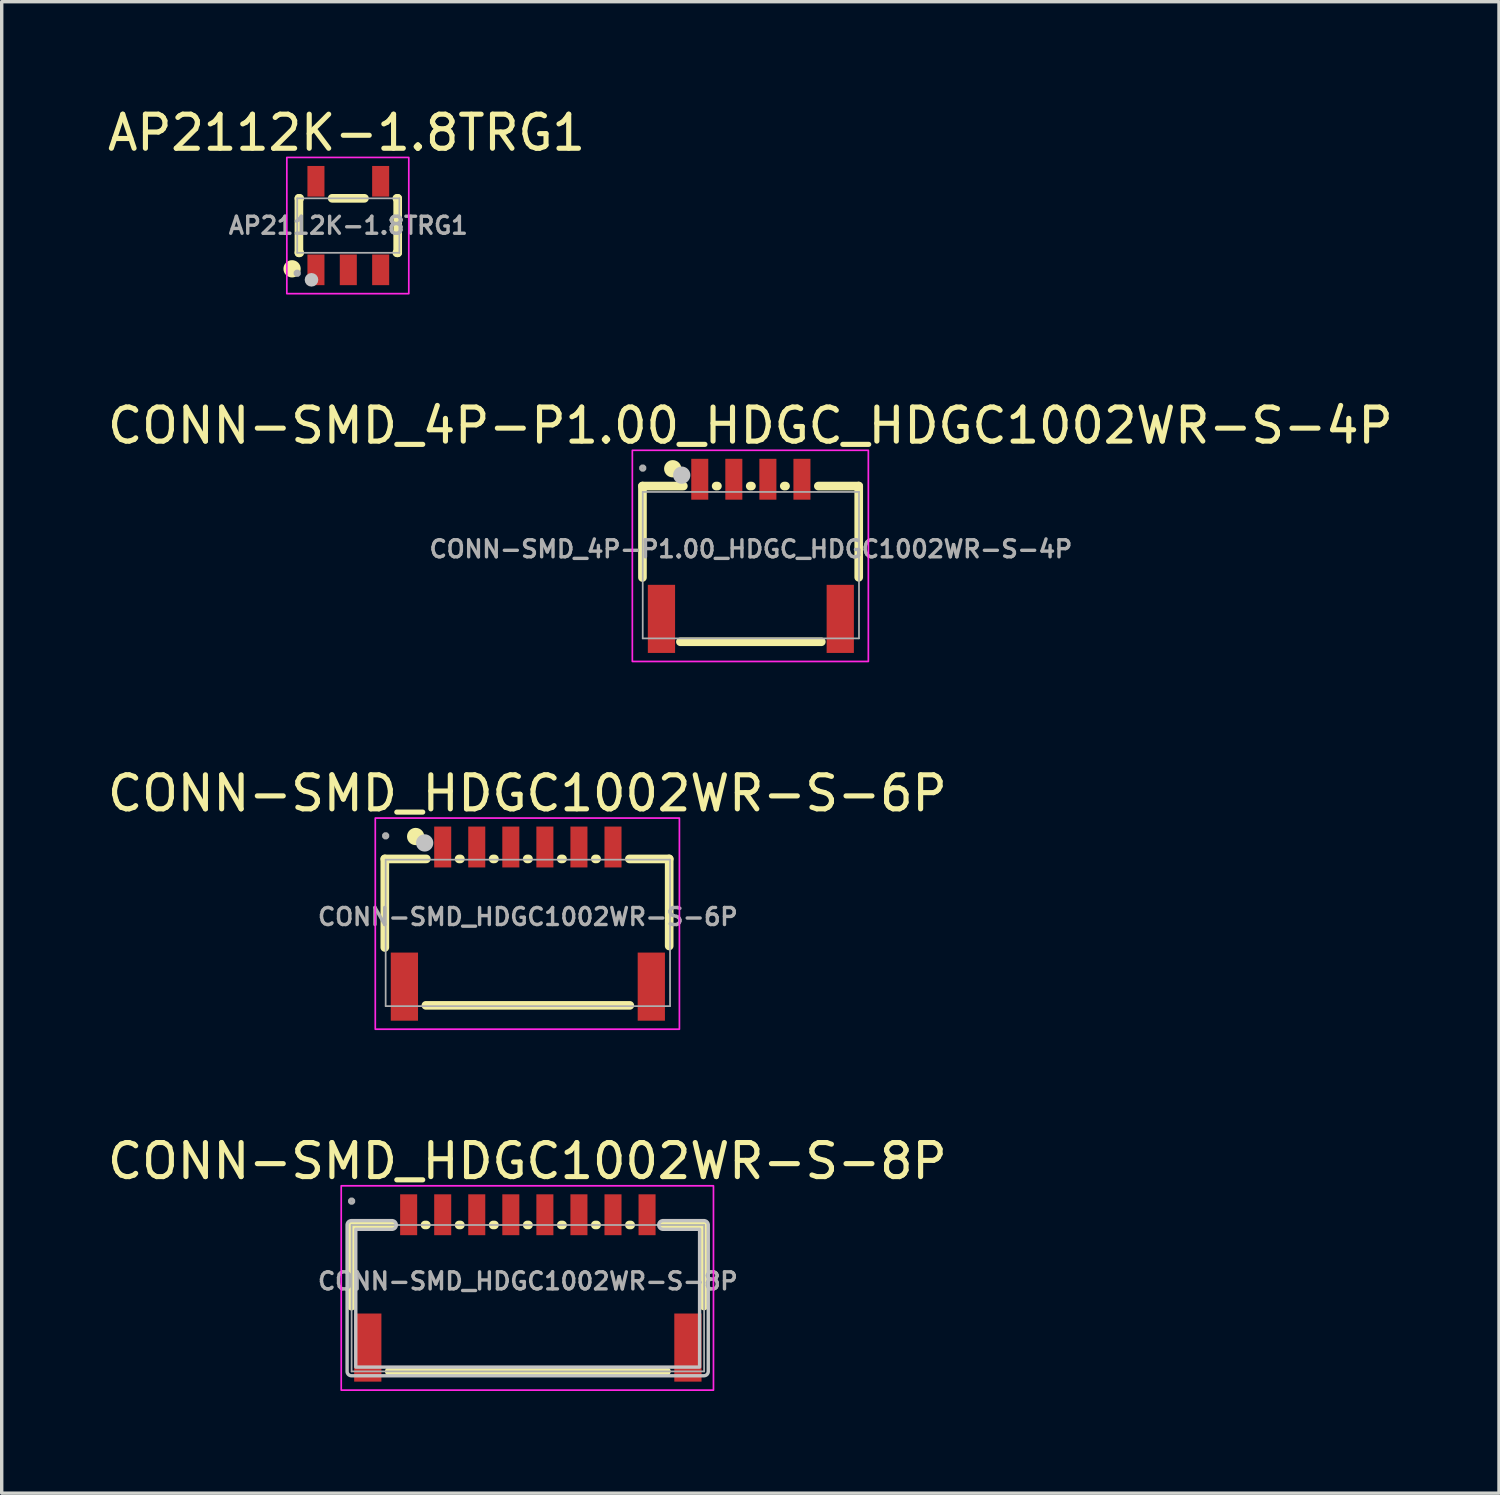
<source format=kicad_pcb>
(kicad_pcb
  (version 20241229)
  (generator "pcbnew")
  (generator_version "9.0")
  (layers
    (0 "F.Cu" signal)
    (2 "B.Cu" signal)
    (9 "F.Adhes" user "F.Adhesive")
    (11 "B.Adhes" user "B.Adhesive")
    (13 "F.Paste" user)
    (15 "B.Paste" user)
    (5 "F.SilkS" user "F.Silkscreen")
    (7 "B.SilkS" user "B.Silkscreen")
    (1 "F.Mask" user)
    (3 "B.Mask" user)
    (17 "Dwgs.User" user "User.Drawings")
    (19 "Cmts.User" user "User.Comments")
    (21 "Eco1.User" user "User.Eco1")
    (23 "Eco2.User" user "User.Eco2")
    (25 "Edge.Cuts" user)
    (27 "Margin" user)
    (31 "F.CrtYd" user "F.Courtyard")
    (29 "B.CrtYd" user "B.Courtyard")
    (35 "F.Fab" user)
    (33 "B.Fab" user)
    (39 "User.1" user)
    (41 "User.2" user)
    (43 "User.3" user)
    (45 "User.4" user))
  (footprint "CONN-SMD_4P-P1.00_HDGC_HDGC1002WR-S-4P"
    (layer "F.Cu")
    (at 18.997 13.072)
    (property "Reference" "CONN-SMD_4P-P1.00_HDGC_HDGC1002WR-S-4P" (at -0.015 -3.625 0) (layer "F.SilkS") (effects (font (size 1 1) (thickness 0.15))))
    (fp_line (start -3.183 -1.85) (end -3.183 0.835) (stroke (width 0.254) (type default)) (layer "F.SilkS"))
    (fp_line (start -2.069 2.722) (end 2.069 2.722) (stroke (width 0.254) (type default)) (layer "F.SilkS"))
    (fp_line (start -1.982 -1.85) (end -3.183 -1.85) (stroke (width 0.254) (type default)) (layer "F.SilkS"))
    (fp_line (start -0.982 -1.85) (end -1.019 -1.85) (stroke (width 0.254) (type default)) (layer "F.SilkS"))
    (fp_line (start 0.018 -1.85) (end -0.019 -1.85) (stroke (width 0.254) (type default)) (layer "F.SilkS"))
    (fp_line (start 1.018 -1.85) (end 0.981 -1.85) (stroke (width 0.254) (type default)) (layer "F.SilkS"))
    (fp_line (start 3.167 -1.85) (end 1.981 -1.85) (stroke (width 0.254) (type default)) (layer "F.SilkS"))
    (fp_line (start 3.167 -1.85) (end 3.167 0.829) (stroke (width 0.254) (type default)) (layer "F.SilkS"))
    (fp_circle (center -2.294 -2.358) (end -2.167 -2.358) (stroke (width 0.254) (type default)) (fill no) (layer "F.SilkS"))
    (fp_circle (center -2.03 -2.17) (end -1.903 -2.17) (stroke (width 0.254) (type default)) (fill no) (layer "Dwgs.User"))
    (fp_rect (start -3.48 -2.9) (end 3.45 3.3) (stroke (width 0.05) (type default)) (fill no) (layer "F.CrtYd"))
    (fp_line (start -3.175 -1.678) (end 3.175 -1.678) (stroke (width 0.051) (type default)) (layer "F.Fab"))
    (fp_line (start -3.175 2.622) (end -3.175 -1.678) (stroke (width 0.051) (type default)) (layer "F.Fab"))
    (fp_line (start 3.175 -1.678) (end 3.175 2.622) (stroke (width 0.051) (type default)) (layer "F.Fab"))
    (fp_line (start 3.175 2.622) (end -3.175 2.622) (stroke (width 0.051) (type default)) (layer "F.Fab"))
    (fp_poly (pts (xy -3.12 -2.401) (xy -3.152 -2.433) (xy -3.198 -2.433) (xy -3.23 -2.401) (xy -3.23 -2.355) (xy -3.198 -2.323) (xy -3.152 -2.323) (xy -3.12 -2.355)) (stroke (width 0.1) (type default)) (fill no) (layer "F.Fab"))
    (fp_poly (pts (xy -2.725 1.622) (xy -2.525 1.622) (xy -2.525 2.622) (xy -2.725 2.622)) (stroke (width 0.1) (type default)) (fill no) (layer "User.1"))
    (fp_poly (pts (xy -1.6 -2.378) (xy -1.4 -2.378) (xy -1.4 -1.578) (xy -1.6 -1.578)) (stroke (width 0.1) (type default)) (fill no) (layer "User.1"))
    (fp_poly (pts (xy -0.6 -2.378) (xy -0.4 -2.378) (xy -0.4 -1.578) (xy -0.6 -1.578)) (stroke (width 0.1) (type default)) (fill no) (layer "User.1"))
    (fp_poly (pts (xy 0.4 -2.378) (xy 0.6 -2.378) (xy 0.6 -1.578) (xy 0.4 -1.578)) (stroke (width 0.1) (type default)) (fill no) (layer "User.1"))
    (fp_poly (pts (xy 1.4 -2.378) (xy 1.6 -2.378) (xy 1.6 -1.578) (xy 1.4 -1.578)) (stroke (width 0.1) (type default)) (fill no) (layer "User.1"))
    (fp_poly (pts (xy 2.525 1.622) (xy 2.725 1.622) (xy 2.725 2.622) (xy 2.525 2.622)) (stroke (width 0.1) (type default)) (fill no) (layer "User.1"))
    (fp_text user "${REFERENCE}" (at 0 0 0) (layer "F.Fab") (effects (font (size 0.5 0.5) (thickness 0.1))))
    (pad "1" smd rect (at -1.5 -2.05) (size 0.5 1.2) (layers "F.Cu" "F.Mask" "F.Paste"))
    (pad "2" smd rect (at -0.5 -2.05) (size 0.5 1.2) (layers "F.Cu" "F.Mask" "F.Paste"))
    (pad "3" smd rect (at 0.5 -2.05) (size 0.5 1.2) (layers "F.Cu" "F.Mask" "F.Paste"))
    (pad "4" smd rect (at 1.5 -2.05) (size 0.5 1.2) (layers "F.Cu" "F.Mask" "F.Paste"))
    (pad "5" smd rect (at 2.625 2.05) (size 0.8 2) (layers "F.Cu" "F.Mask" "F.Paste"))
    (pad "6" smd rect (at -2.625 2.05) (size 0.8 2) (layers "F.Cu" "F.Mask" "F.Paste")))
  (footprint "CONN-SMD_HDGC1002WR-S-8P"
    (layer "F.Cu")
    (at 12.449 34.568)
    (property "Reference" "CONN-SMD_HDGC1002WR-S-8P" (at -0.015 -3.525 0) (layer "F.SilkS") (effects (font (size 1 1) (thickness 0.15))))
    (fp_line (start -5.18 -1.65) (end -5.18 0.734) (stroke (width 0.254) (type default)) (layer "F.SilkS"))
    (fp_line (start -4.069 2.65) (end 4.069 2.65) (stroke (width 0.254) (type default)) (layer "F.SilkS"))
    (fp_line (start -3.981 -1.65) (end -5.18 -1.65) (stroke (width 0.254) (type default)) (layer "F.SilkS"))
    (fp_line (start -2.981 -1.65) (end -3.019 -1.65) (stroke (width 0.254) (type default)) (layer "F.SilkS"))
    (fp_line (start -1.981 -1.65) (end -2.019 -1.65) (stroke (width 0.254) (type default)) (layer "F.SilkS"))
    (fp_line (start -0.981 -1.65) (end -1.019 -1.65) (stroke (width 0.254) (type default)) (layer "F.SilkS"))
    (fp_line (start 0.019 -1.65) (end -0.019 -1.65) (stroke (width 0.254) (type default)) (layer "F.SilkS"))
    (fp_line (start 1.019 -1.65) (end 0.981 -1.65) (stroke (width 0.254) (type default)) (layer "F.SilkS"))
    (fp_line (start 2.019 -1.65) (end 1.981 -1.65) (stroke (width 0.254) (type default)) (layer "F.SilkS"))
    (fp_line (start 3.019 -1.65) (end 2.981 -1.65) (stroke (width 0.254) (type default)) (layer "F.SilkS"))
    (fp_line (start 5.17 -1.65) (end 3.981 -1.65) (stroke (width 0.254) (type default)) (layer "F.SilkS"))
    (fp_line (start 5.17 0.73) (end 5.17 -1.65) (stroke (width 0.254) (type default)) (layer "F.SilkS"))
    (fp_poly (pts (arc (start -3.99 -1.777) (mid -3.863 -1.65) (end -3.99 -1.523)) (xy -5.053 -1.523) (xy -5.053 2.523) (xy 5.043 2.523) (xy 5.043 -1.523) (arc (start 3.97 -1.523) (mid 3.843 -1.65) (end 3.97 -1.777)) (arc (start 5.17 -1.777) (mid 5.259803 -1.739803) (end 5.297 -1.65)) (arc (start 5.297 2.65) (mid 5.259803 2.739803) (end 5.17 2.777)) (arc (start -5.18 2.777) (mid -5.269803 2.739803) (end -5.307 2.65)) (arc (start -5.307 -1.65) (mid -5.269803 -1.739803) (end -5.18 -1.777))) (stroke (width 0.1) (type default)) (fill no) (layer "Dwgs.User"))
    (fp_rect (start -5.48 -2.8) (end 5.45 3.2) (stroke (width 0.05) (type default)) (fill no) (layer "F.CrtYd"))
    (fp_line (start -5.175 -1.65) (end 5.175 -1.65) (stroke (width 0.051) (type default)) (layer "F.Fab"))
    (fp_line (start -5.175 2.65) (end -5.175 -1.65) (stroke (width 0.051) (type default)) (layer "F.Fab"))
    (fp_line (start 5.175 -1.65) (end 5.175 2.65) (stroke (width 0.051) (type default)) (layer "F.Fab"))
    (fp_line (start 5.175 2.65) (end -5.175 2.65) (stroke (width 0.051) (type default)) (layer "F.Fab"))
    (fp_poly (pts (xy -5.12 -2.373) (xy -5.152 -2.405) (xy -5.198 -2.405) (xy -5.23 -2.373) (xy -5.23 -2.327) (xy -5.198 -2.295) (xy -5.152 -2.295) (xy -5.12 -2.327)) (stroke (width 0.1) (type default)) (fill no) (layer "F.Fab"))
    (fp_poly (pts (xy -4.8 1.35) (xy -4.6 1.35) (xy -4.6 2.55) (xy -4.8 2.55)) (stroke (width 0.1) (type default)) (fill no) (layer "User.1"))
    (fp_poly (pts (xy -3.6 -2.35) (xy -3.4 -2.35) (xy -3.4 -1.55) (xy -3.6 -1.55)) (stroke (width 0.1) (type default)) (fill no) (layer "User.1"))
    (fp_poly (pts (xy -2.6 -2.35) (xy -2.4 -2.35) (xy -2.4 -1.55) (xy -2.6 -1.55)) (stroke (width 0.1) (type default)) (fill no) (layer "User.1"))
    (fp_poly (pts (xy -1.6 -2.35) (xy -1.4 -2.35) (xy -1.4 -1.55) (xy -1.6 -1.55)) (stroke (width 0.1) (type default)) (fill no) (layer "User.1"))
    (fp_poly (pts (xy -0.6 -2.35) (xy -0.4 -2.35) (xy -0.4 -1.55) (xy -0.6 -1.55)) (stroke (width 0.1) (type default)) (fill no) (layer "User.1"))
    (fp_poly (pts (xy 0.4 -2.35) (xy 0.6 -2.35) (xy 0.6 -1.55) (xy 0.4 -1.55)) (stroke (width 0.1) (type default)) (fill no) (layer "User.1"))
    (fp_poly (pts (xy 1.4 -2.35) (xy 1.6 -2.35) (xy 1.6 -1.55) (xy 1.4 -1.55)) (stroke (width 0.1) (type default)) (fill no) (layer "User.1"))
    (fp_poly (pts (xy 2.4 -2.35) (xy 2.6 -2.35) (xy 2.6 -1.55) (xy 2.4 -1.55)) (stroke (width 0.1) (type default)) (fill no) (layer "User.1"))
    (fp_poly (pts (xy 3.4 -2.35) (xy 3.6 -2.35) (xy 3.6 -1.55) (xy 3.4 -1.55)) (stroke (width 0.1) (type default)) (fill no) (layer "User.1"))
    (fp_poly (pts (xy 4.6 1.35) (xy 4.8 1.35) (xy 4.8 2.55) (xy 4.6 2.55)) (stroke (width 0.1) (type default)) (fill no) (layer "User.1"))
    (fp_text user "${REFERENCE}" (at 0 0 0) (layer "F.Fab") (effects (font (size 0.5 0.5) (thickness 0.1))))
    (pad "1" smd rect (at -3.5 -1.95) (size 0.5 1.2) (layers "F.Cu" "F.Mask" "F.Paste"))
    (pad "2" smd rect (at -2.5 -1.95) (size 0.5 1.2) (layers "F.Cu" "F.Mask" "F.Paste"))
    (pad "3" smd rect (at -1.5 -1.95) (size 0.5 1.2) (layers "F.Cu" "F.Mask" "F.Paste"))
    (pad "4" smd rect (at -0.5 -1.95) (size 0.5 1.2) (layers "F.Cu" "F.Mask" "F.Paste"))
    (pad "5" smd rect (at 0.5 -1.95) (size 0.5 1.2) (layers "F.Cu" "F.Mask" "F.Paste"))
    (pad "6" smd rect (at 1.5 -1.95) (size 0.5 1.2) (layers "F.Cu" "F.Mask" "F.Paste"))
    (pad "7" smd rect (at 2.5 -1.95) (size 0.5 1.2) (layers "F.Cu" "F.Mask" "F.Paste"))
    (pad "8" smd rect (at 3.5 -1.95) (size 0.5 1.2) (layers "F.Cu" "F.Mask" "F.Paste"))
    (pad "9" smd rect (at 4.7 1.95) (size 0.8 2) (layers "F.Cu" "F.Mask" "F.Paste"))
    (pad "10" smd rect (at -4.7 1.95) (size 0.8 2) (layers "F.Cu" "F.Mask" "F.Paste")))
  (footprint "CONN-SMD_HDGC1002WR-S-6P"
    (layer "F.Cu")
    (at 12.449 23.87)
    (property "Reference" "CONN-SMD_HDGC1002WR-S-6P" (at -0.015 -3.625 0) (layer "F.SilkS") (effects (font (size 1 1) (thickness 0.15))))
    (fp_line (start -4.2 -1.7) (end -4.2 0.9) (stroke (width 0.254) (type default)) (layer "F.SilkS"))
    (fp_line (start -4.2 -1.7) (end -2.981 -1.7) (stroke (width 0.254) (type default)) (layer "F.SilkS"))
    (fp_line (start -2.019 -1.7) (end -1.981 -1.7) (stroke (width 0.254) (type default)) (layer "F.SilkS"))
    (fp_line (start -1.019 -1.7) (end -0.981 -1.7) (stroke (width 0.254) (type default)) (layer "F.SilkS"))
    (fp_line (start -0.019 -1.7) (end 0.019 -1.7) (stroke (width 0.254) (type default)) (layer "F.SilkS"))
    (fp_line (start 0.981 -1.7) (end 1.019 -1.7) (stroke (width 0.254) (type default)) (layer "F.SilkS"))
    (fp_line (start 1.981 -1.7) (end 2.019 -1.7) (stroke (width 0.254) (type default)) (layer "F.SilkS"))
    (fp_line (start 2.981 -1.7) (end 4.15 -1.7) (stroke (width 0.254) (type default)) (layer "F.SilkS"))
    (fp_line (start 2.994 2.6) (end -2.994 2.6) (stroke (width 0.254) (type default)) (layer "F.SilkS"))
    (fp_line (start 4.15 -1.7) (end 4.15 0.856) (stroke (width 0.254) (type default)) (layer "F.SilkS"))
    (fp_circle (center -3.294 -2.358) (end -3.167 -2.358) (stroke (width 0.254) (type default)) (fill no) (layer "F.SilkS"))
    (fp_circle (center -3.03 -2.17) (end -2.903 -2.17) (stroke (width 0.254) (type default)) (fill no) (layer "Dwgs.User"))
    (fp_rect (start -4.48 -2.9) (end 4.45 3.3) (stroke (width 0.05) (type default)) (fill no) (layer "F.CrtYd"))
    (fp_line (start -4.175 -1.678) (end 4.175 -1.678) (stroke (width 0.051) (type default)) (layer "F.Fab"))
    (fp_line (start -4.175 2.622) (end -4.175 -1.678) (stroke (width 0.051) (type default)) (layer "F.Fab"))
    (fp_line (start 4.175 -1.678) (end 4.175 2.622) (stroke (width 0.051) (type default)) (layer "F.Fab"))
    (fp_line (start 4.175 2.622) (end -4.175 2.622) (stroke (width 0.051) (type default)) (layer "F.Fab"))
    (fp_poly (pts (xy -4.12 -2.401) (xy -4.152 -2.433) (xy -4.198 -2.433) (xy -4.23 -2.401) (xy -4.23 -2.355) (xy -4.198 -2.323) (xy -4.152 -2.323) (xy -4.12 -2.355)) (stroke (width 0.1) (type default)) (fill no) (layer "F.Fab"))
    (fp_poly (pts (xy -3.725 1.622) (xy -3.525 1.622) (xy -3.525 2.622) (xy -3.725 2.622)) (stroke (width 0.1) (type default)) (fill no) (layer "User.1"))
    (fp_poly (pts (xy -2.6 -2.378) (xy -2.4 -2.378) (xy -2.4 -1.578) (xy -2.6 -1.578)) (stroke (width 0.1) (type default)) (fill no) (layer "User.1"))
    (fp_poly (pts (xy -1.6 -2.378) (xy -1.4 -2.378) (xy -1.4 -1.578) (xy -1.6 -1.578)) (stroke (width 0.1) (type default)) (fill no) (layer "User.1"))
    (fp_poly (pts (xy -0.6 -2.378) (xy -0.4 -2.378) (xy -0.4 -1.578) (xy -0.6 -1.578)) (stroke (width 0.1) (type default)) (fill no) (layer "User.1"))
    (fp_poly (pts (xy 0.4 -2.378) (xy 0.6 -2.378) (xy 0.6 -1.578) (xy 0.4 -1.578)) (stroke (width 0.1) (type default)) (fill no) (layer "User.1"))
    (fp_poly (pts (xy 1.4 -2.378) (xy 1.6 -2.378) (xy 1.6 -1.578) (xy 1.4 -1.578)) (stroke (width 0.1) (type default)) (fill no) (layer "User.1"))
    (fp_poly (pts (xy 2.4 -2.378) (xy 2.6 -2.378) (xy 2.6 -1.578) (xy 2.4 -1.578)) (stroke (width 0.1) (type default)) (fill no) (layer "User.1"))
    (fp_poly (pts (xy 3.525 1.622) (xy 3.725 1.622) (xy 3.725 2.622) (xy 3.525 2.622)) (stroke (width 0.1) (type default)) (fill no) (layer "User.1"))
    (fp_text user "${REFERENCE}" (at 0 0 0) (layer "F.Fab") (effects (font (size 0.5 0.5) (thickness 0.1))))
    (pad "1" smd rect (at -2.5 -2.05) (size 0.5 1.2) (layers "F.Cu" "F.Mask" "F.Paste"))
    (pad "2" smd rect (at -1.5 -2.05) (size 0.5 1.2) (layers "F.Cu" "F.Mask" "F.Paste"))
    (pad "3" smd rect (at -0.5 -2.05) (size 0.5 1.2) (layers "F.Cu" "F.Mask" "F.Paste"))
    (pad "4" smd rect (at 0.5 -2.05) (size 0.5 1.2) (layers "F.Cu" "F.Mask" "F.Paste"))
    (pad "5" smd rect (at 1.5 -2.05) (size 0.5 1.2) (layers "F.Cu" "F.Mask" "F.Paste"))
    (pad "6" smd rect (at 2.5 -2.05) (size 0.5 1.2) (layers "F.Cu" "F.Mask" "F.Paste"))
    (pad "7" smd rect (at 3.625 2.05) (size 0.8 2) (layers "F.Cu" "F.Mask" "F.Paste"))
    (pad "8" smd rect (at -3.625 2.05) (size 0.8 2) (layers "F.Cu" "F.Mask" "F.Paste")))
  (footprint "AP2112K-1.8TRG1"
    (layer "F.Cu")
    (at 7.177 3.573)
    (property "Reference" "AP2112K-1.8TRG1" (at -0.052 -2.725 0) (layer "F.SilkS") (effects (font (size 1 1) (thickness 0.15))))
    (fp_line (start -1.45 0.8) (end -1.45 -0.8) (stroke (width 0.254) (type default)) (layer "F.SilkS"))
    (fp_line (start -1.45 0.8) (end -1.425 0.8) (stroke (width 0.254) (type default)) (layer "F.SilkS"))
    (fp_line (start -1.425 -0.8) (end -1.45 -0.8) (stroke (width 0.254) (type default)) (layer "F.SilkS"))
    (fp_line (start 0.474 -0.8) (end -0.474 -0.8) (stroke (width 0.254) (type default)) (layer "F.SilkS"))
    (fp_line (start 1.425 0.8) (end 1.45 0.8) (stroke (width 0.254) (type default)) (layer "F.SilkS"))
    (fp_line (start 1.45 -0.8) (end 1.425 -0.8) (stroke (width 0.254) (type default)) (layer "F.SilkS"))
    (fp_line (start 1.45 0.8) (end 1.45 -0.8) (stroke (width 0.254) (type default)) (layer "F.SilkS"))
    (fp_circle (center -1.651 1.27) (end -1.524 1.27) (stroke (width 0.254) (type default)) (fill no) (layer "F.SilkS"))
    (fp_circle (center -1.081 1.593) (end -0.981 1.593) (stroke (width 0.2) (type default)) (fill no) (layer "Dwgs.User"))
    (fp_rect (start -1.805 -2) (end 1.776 2) (stroke (width 0.05) (type default)) (fill no) (layer "F.CrtYd"))
    (fp_line (start -1.5 -0.8) (end 1.5 -0.8) (stroke (width 0.051) (type default)) (layer "F.Fab"))
    (fp_line (start -1.5 0.8) (end -1.5 -0.8) (stroke (width 0.051) (type default)) (layer "F.Fab"))
    (fp_line (start 1.5 -0.8) (end 1.5 0.8) (stroke (width 0.051) (type default)) (layer "F.Fab"))
    (fp_line (start 1.5 0.8) (end -1.5 0.8) (stroke (width 0.051) (type default)) (layer "F.Fab"))
    (fp_poly (pts (xy -1.445 1.377) (xy -1.477 1.345) (xy -1.523 1.345) (xy -1.555 1.377) (xy -1.555 1.423) (xy -1.523 1.455) (xy -1.477 1.455) (xy -1.445 1.423)) (stroke (width 0.1) (type default)) (fill no) (layer "F.Fab"))
    (fp_poly (pts (xy -1.15 0.96) (xy -1.15 0.79) (xy -0.75 0.79) (xy -0.75 0.96)) (stroke (width 0.1) (type default)) (fill no) (layer "User.1"))
    (fp_poly (pts (xy -1.15 1.4) (xy -1.15 0.95) (xy -0.75 0.95) (xy -0.75 1.4)) (stroke (width 0.1) (type default)) (fill no) (layer "User.1"))
    (fp_poly (pts (xy -1.14 -1) (xy -1.14 -1.4) (xy -0.76 -1.4) (xy -0.76 -1)) (stroke (width 0.1) (type default)) (fill no) (layer "User.1"))
    (fp_poly (pts (xy -1.14 -0.79) (xy -1.14 -1.01) (xy -0.76 -1.01) (xy -0.76 -0.79)) (stroke (width 0.1) (type default)) (fill no) (layer "User.1"))
    (fp_poly (pts (xy -0.2 0.96) (xy -0.2 0.79) (xy 0.2 0.79) (xy 0.2 0.96)) (stroke (width 0.1) (type default)) (fill no) (layer "User.1"))
    (fp_poly (pts (xy -0.2 1.4) (xy -0.2 0.95) (xy 0.2 0.95) (xy 0.2 1.4)) (stroke (width 0.1) (type default)) (fill no) (layer "User.1"))
    (fp_poly (pts (xy 0.75 -0.95) (xy 0.75 -1.4) (xy 1.15 -1.4) (xy 1.15 -0.95)) (stroke (width 0.1) (type default)) (fill no) (layer "User.1"))
    (fp_poly (pts (xy 0.75 -0.79) (xy 0.75 -0.96) (xy 1.15 -0.96) (xy 1.15 -0.79)) (stroke (width 0.1) (type default)) (fill no) (layer "User.1"))
    (fp_poly (pts (xy 0.75 0.96) (xy 0.75 0.79) (xy 1.15 0.79) (xy 1.15 0.96)) (stroke (width 0.1) (type default)) (fill no) (layer "User.1"))
    (fp_poly (pts (xy 0.75 1.4) (xy 0.75 0.95) (xy 1.15 0.95) (xy 1.15 1.4)) (stroke (width 0.1) (type default)) (fill no) (layer "User.1"))
    (fp_text user "${REFERENCE}" (at 0 0 0) (layer "F.Fab") (effects (font (size 0.5 0.5) (thickness 0.1))))
    (pad "1" smd rect (at -0.95 1.3) (size 0.5 0.9) (layers "F.Cu" "F.Mask" "F.Paste"))
    (pad "2" smd rect (at 0 1.3) (size 0.5 0.9) (layers "F.Cu" "F.Mask" "F.Paste"))
    (pad "3" smd rect (at 0.95 1.3) (size 0.5 0.9) (layers "F.Cu" "F.Mask" "F.Paste"))
    (pad "4" smd rect (at 0.95 -1.3) (size 0.5 0.9) (layers "F.Cu" "F.Mask" "F.Paste"))
    (pad "5" smd rect (at -0.95 -1.3) (size 0.5 0.9) (layers "F.Cu" "F.Mask" "F.Paste")))
  (gr_rect
    (start -3 -3)
    (end 40.964 40.793)
    (stroke (width 0.1) (type default))
    (fill no)
    (layer "Edge.Cuts")))
</source>
